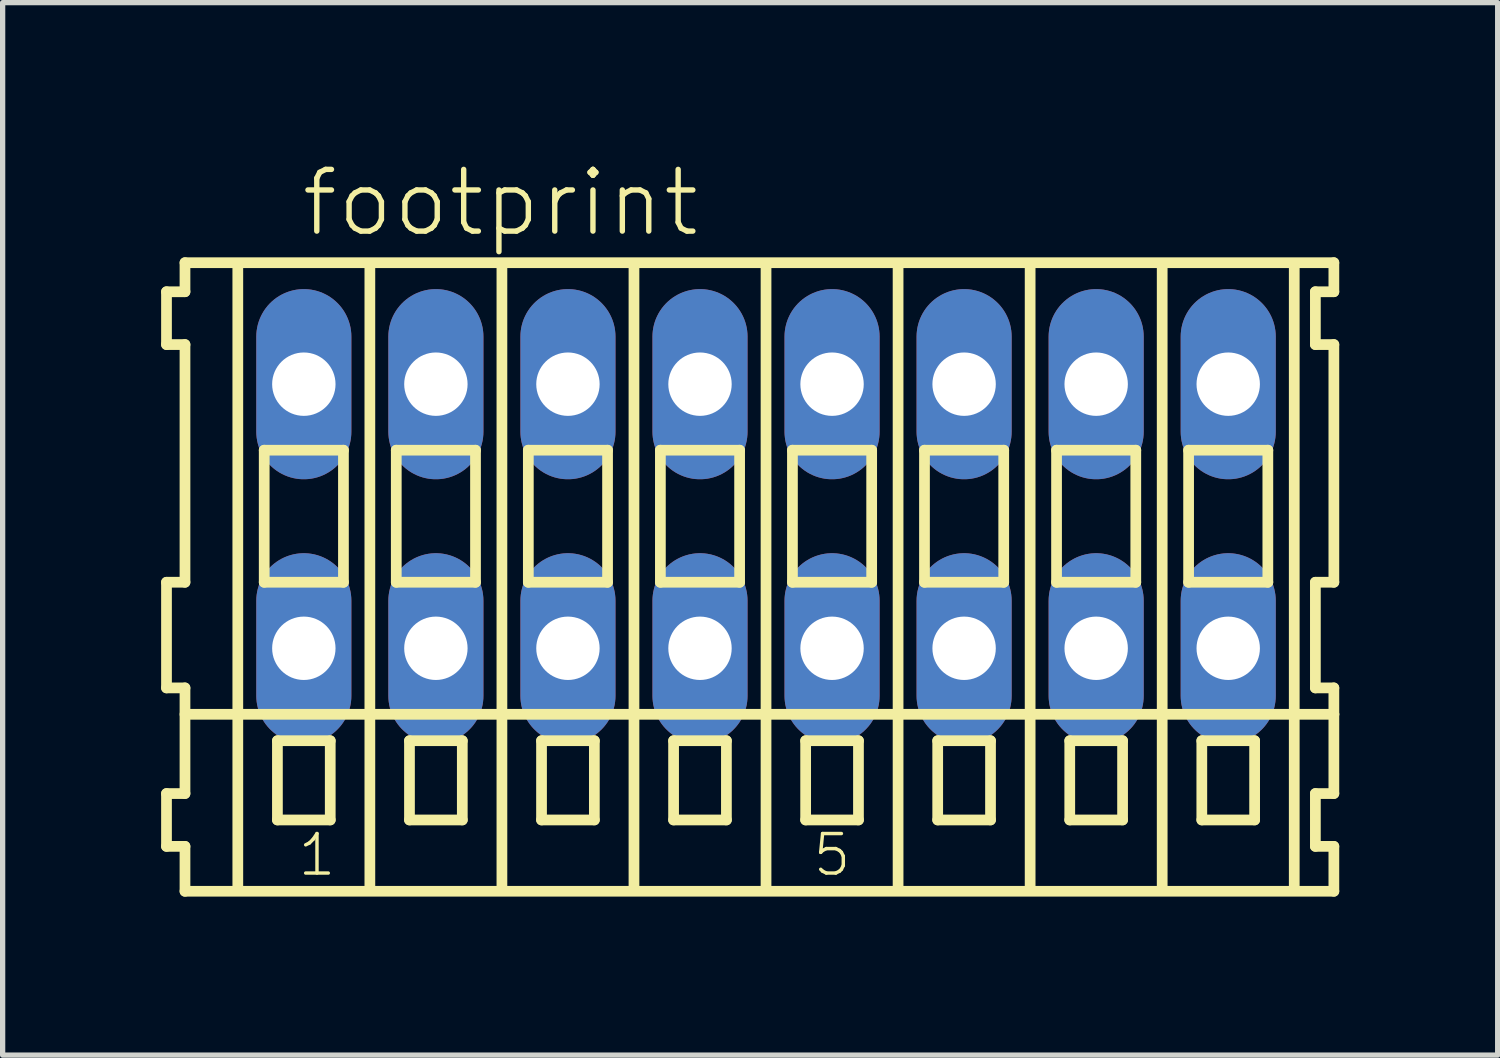
<source format=kicad_pcb>
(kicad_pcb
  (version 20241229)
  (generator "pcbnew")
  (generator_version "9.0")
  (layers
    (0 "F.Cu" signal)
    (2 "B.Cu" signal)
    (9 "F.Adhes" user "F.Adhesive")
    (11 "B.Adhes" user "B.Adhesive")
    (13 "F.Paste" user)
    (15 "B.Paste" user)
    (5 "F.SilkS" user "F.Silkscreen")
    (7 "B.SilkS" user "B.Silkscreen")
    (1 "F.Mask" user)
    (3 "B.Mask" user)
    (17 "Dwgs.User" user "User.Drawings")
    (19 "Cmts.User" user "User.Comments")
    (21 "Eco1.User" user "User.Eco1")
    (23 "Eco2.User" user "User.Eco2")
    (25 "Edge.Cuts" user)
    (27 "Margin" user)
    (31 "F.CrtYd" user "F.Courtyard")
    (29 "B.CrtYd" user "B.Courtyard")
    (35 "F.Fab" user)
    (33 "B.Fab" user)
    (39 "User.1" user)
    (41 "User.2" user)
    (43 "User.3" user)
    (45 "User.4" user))
  (footprint "footprint"
    (layer "F.Cu")
    (at 11.452 6.723)
    (property "Reference" "footprint" (at -8.85 -5.25 0) (layer "F.SilkS") (effects (font (size 1.168 1.168) (thickness 0.102)) (justify left bottom)))
    (fp_line (start -11.35 -4.25) (end -11.35 -3.25) (stroke (width 0.203) (type solid)) (layer "F.SilkS"))
    (fp_line (start -11.35 -3.25) (end -11 -3.25) (stroke (width 0.203) (type solid)) (layer "F.SilkS"))
    (fp_line (start -11.35 1.25) (end -11.35 3.25) (stroke (width 0.203) (type solid)) (layer "F.SilkS"))
    (fp_line (start -11.35 3.25) (end -11 3.25) (stroke (width 0.203) (type solid)) (layer "F.SilkS"))
    (fp_line (start -11.35 5.25) (end -11.35 6.25) (stroke (width 0.203) (type solid)) (layer "F.SilkS"))
    (fp_line (start -11.35 6.25) (end -11 6.25) (stroke (width 0.203) (type solid)) (layer "F.SilkS"))
    (fp_line (start -11 -4.8) (end -11 -4.25) (stroke (width 0.203) (type solid)) (layer "F.SilkS"))
    (fp_line (start -11 -4.25) (end -11.35 -4.25) (stroke (width 0.203) (type solid)) (layer "F.SilkS"))
    (fp_line (start -11 -3.25) (end -11 1.25) (stroke (width 0.203) (type solid)) (layer "F.SilkS"))
    (fp_line (start -11 1.25) (end -11.35 1.25) (stroke (width 0.203) (type solid)) (layer "F.SilkS"))
    (fp_line (start -11 3.25) (end -11 5.25) (stroke (width 0.203) (type solid)) (layer "F.SilkS"))
    (fp_line (start -11 3.75) (end 10.75 3.75) (stroke (width 0.203) (type solid)) (layer "F.SilkS"))
    (fp_line (start -11 5.25) (end -11.35 5.25) (stroke (width 0.203) (type solid)) (layer "F.SilkS"))
    (fp_line (start -11 6.25) (end -11 7.1) (stroke (width 0.203) (type solid)) (layer "F.SilkS"))
    (fp_line (start -11 7.1) (end 10.75 7.1) (stroke (width 0.203) (type solid)) (layer "F.SilkS"))
    (fp_line (start -10 -4.75) (end -10 7) (stroke (width 0.203) (type solid)) (layer "F.SilkS"))
    (fp_line (start -9.5 -1.25) (end -9.5 1.25) (stroke (width 0.203) (type solid)) (layer "F.SilkS"))
    (fp_line (start -9.5 1.25) (end -8 1.25) (stroke (width 0.203) (type solid)) (layer "F.SilkS"))
    (fp_line (start -9.25 4.25) (end -9.25 5.75) (stroke (width 0.203) (type solid)) (layer "F.SilkS"))
    (fp_line (start -9.25 5.75) (end -8.25 5.75) (stroke (width 0.203) (type solid)) (layer "F.SilkS"))
    (fp_line (start -8.25 4.25) (end -9.25 4.25) (stroke (width 0.203) (type solid)) (layer "F.SilkS"))
    (fp_line (start -8.25 5.75) (end -8.25 4.25) (stroke (width 0.203) (type solid)) (layer "F.SilkS"))
    (fp_line (start -8 -1.25) (end -9.5 -1.25) (stroke (width 0.203) (type solid)) (layer "F.SilkS"))
    (fp_line (start -8 1.25) (end -8 -1.25) (stroke (width 0.203) (type solid)) (layer "F.SilkS"))
    (fp_line (start -7.5 -4.75) (end -7.5 7) (stroke (width 0.203) (type solid)) (layer "F.SilkS"))
    (fp_line (start -7 -1.25) (end -7 1.25) (stroke (width 0.203) (type solid)) (layer "F.SilkS"))
    (fp_line (start -7 1.25) (end -5.5 1.25) (stroke (width 0.203) (type solid)) (layer "F.SilkS"))
    (fp_line (start -6.75 4.25) (end -6.75 5.75) (stroke (width 0.203) (type solid)) (layer "F.SilkS"))
    (fp_line (start -6.75 5.75) (end -5.75 5.75) (stroke (width 0.203) (type solid)) (layer "F.SilkS"))
    (fp_line (start -5.75 4.25) (end -6.75 4.25) (stroke (width 0.203) (type solid)) (layer "F.SilkS"))
    (fp_line (start -5.75 5.75) (end -5.75 4.25) (stroke (width 0.203) (type solid)) (layer "F.SilkS"))
    (fp_line (start -5.5 -1.25) (end -7 -1.25) (stroke (width 0.203) (type solid)) (layer "F.SilkS"))
    (fp_line (start -5.5 1.25) (end -5.5 -1.25) (stroke (width 0.203) (type solid)) (layer "F.SilkS"))
    (fp_line (start -5 -4.75) (end -5 7) (stroke (width 0.203) (type solid)) (layer "F.SilkS"))
    (fp_line (start -4.5 -1.25) (end -4.5 1.25) (stroke (width 0.203) (type solid)) (layer "F.SilkS"))
    (fp_line (start -4.5 1.25) (end -3 1.25) (stroke (width 0.203) (type solid)) (layer "F.SilkS"))
    (fp_line (start -4.25 4.25) (end -4.25 5.75) (stroke (width 0.203) (type solid)) (layer "F.SilkS"))
    (fp_line (start -4.25 5.75) (end -3.25 5.75) (stroke (width 0.203) (type solid)) (layer "F.SilkS"))
    (fp_line (start -3.25 4.25) (end -4.25 4.25) (stroke (width 0.203) (type solid)) (layer "F.SilkS"))
    (fp_line (start -3.25 5.75) (end -3.25 4.25) (stroke (width 0.203) (type solid)) (layer "F.SilkS"))
    (fp_line (start -3 -1.25) (end -4.5 -1.25) (stroke (width 0.203) (type solid)) (layer "F.SilkS"))
    (fp_line (start -3 1.25) (end -3 -1.25) (stroke (width 0.203) (type solid)) (layer "F.SilkS"))
    (fp_line (start -2.5 -4.75) (end -2.5 7) (stroke (width 0.203) (type solid)) (layer "F.SilkS"))
    (fp_line (start -2 -1.25) (end -2 1.25) (stroke (width 0.203) (type solid)) (layer "F.SilkS"))
    (fp_line (start -2 1.25) (end -0.5 1.25) (stroke (width 0.203) (type solid)) (layer "F.SilkS"))
    (fp_line (start -1.75 4.25) (end -1.75 5.75) (stroke (width 0.203) (type solid)) (layer "F.SilkS"))
    (fp_line (start -1.75 5.75) (end -0.75 5.75) (stroke (width 0.203) (type solid)) (layer "F.SilkS"))
    (fp_line (start -0.75 4.25) (end -1.75 4.25) (stroke (width 0.203) (type solid)) (layer "F.SilkS"))
    (fp_line (start -0.75 5.75) (end -0.75 4.25) (stroke (width 0.203) (type solid)) (layer "F.SilkS"))
    (fp_line (start -0.5 -1.25) (end -2 -1.25) (stroke (width 0.203) (type solid)) (layer "F.SilkS"))
    (fp_line (start -0.5 1.25) (end -0.5 -1.25) (stroke (width 0.203) (type solid)) (layer "F.SilkS"))
    (fp_line (start 0 -4.75) (end 0 7) (stroke (width 0.203) (type solid)) (layer "F.SilkS"))
    (fp_line (start 0.5 -1.25) (end 0.5 1.25) (stroke (width 0.203) (type solid)) (layer "F.SilkS"))
    (fp_line (start 0.5 1.25) (end 2 1.25) (stroke (width 0.203) (type solid)) (layer "F.SilkS"))
    (fp_line (start 0.75 4.25) (end 0.75 5.75) (stroke (width 0.203) (type solid)) (layer "F.SilkS"))
    (fp_line (start 0.75 5.75) (end 1.75 5.75) (stroke (width 0.203) (type solid)) (layer "F.SilkS"))
    (fp_line (start 1.75 4.25) (end 0.75 4.25) (stroke (width 0.203) (type solid)) (layer "F.SilkS"))
    (fp_line (start 1.75 5.75) (end 1.75 4.25) (stroke (width 0.203) (type solid)) (layer "F.SilkS"))
    (fp_line (start 2 -1.25) (end 0.5 -1.25) (stroke (width 0.203) (type solid)) (layer "F.SilkS"))
    (fp_line (start 2 1.25) (end 2 -1.25) (stroke (width 0.203) (type solid)) (layer "F.SilkS"))
    (fp_line (start 2.5 -4.75) (end 2.5 7) (stroke (width 0.203) (type solid)) (layer "F.SilkS"))
    (fp_line (start 3 -1.25) (end 3 1.25) (stroke (width 0.203) (type solid)) (layer "F.SilkS"))
    (fp_line (start 3 1.25) (end 4.5 1.25) (stroke (width 0.203) (type solid)) (layer "F.SilkS"))
    (fp_line (start 3.25 4.25) (end 3.25 5.75) (stroke (width 0.203) (type solid)) (layer "F.SilkS"))
    (fp_line (start 3.25 5.75) (end 4.25 5.75) (stroke (width 0.203) (type solid)) (layer "F.SilkS"))
    (fp_line (start 4.25 4.25) (end 3.25 4.25) (stroke (width 0.203) (type solid)) (layer "F.SilkS"))
    (fp_line (start 4.25 5.75) (end 4.25 4.25) (stroke (width 0.203) (type solid)) (layer "F.SilkS"))
    (fp_line (start 4.5 -1.25) (end 3 -1.25) (stroke (width 0.203) (type solid)) (layer "F.SilkS"))
    (fp_line (start 4.5 1.25) (end 4.5 -1.25) (stroke (width 0.203) (type solid)) (layer "F.SilkS"))
    (fp_line (start 5 -4.75) (end 5 7) (stroke (width 0.203) (type solid)) (layer "F.SilkS"))
    (fp_line (start 5.5 -1.25) (end 5.5 1.25) (stroke (width 0.203) (type solid)) (layer "F.SilkS"))
    (fp_line (start 5.5 1.25) (end 7 1.25) (stroke (width 0.203) (type solid)) (layer "F.SilkS"))
    (fp_line (start 5.75 4.25) (end 5.75 5.75) (stroke (width 0.203) (type solid)) (layer "F.SilkS"))
    (fp_line (start 5.75 5.75) (end 6.75 5.75) (stroke (width 0.203) (type solid)) (layer "F.SilkS"))
    (fp_line (start 6.75 4.25) (end 5.75 4.25) (stroke (width 0.203) (type solid)) (layer "F.SilkS"))
    (fp_line (start 6.75 5.75) (end 6.75 4.25) (stroke (width 0.203) (type solid)) (layer "F.SilkS"))
    (fp_line (start 7 -1.25) (end 5.5 -1.25) (stroke (width 0.203) (type solid)) (layer "F.SilkS"))
    (fp_line (start 7 1.25) (end 7 -1.25) (stroke (width 0.203) (type solid)) (layer "F.SilkS"))
    (fp_line (start 7.5 -4.75) (end 7.5 7) (stroke (width 0.203) (type solid)) (layer "F.SilkS"))
    (fp_line (start 8 -1.25) (end 8 1.25) (stroke (width 0.203) (type solid)) (layer "F.SilkS"))
    (fp_line (start 8 1.25) (end 9.5 1.25) (stroke (width 0.203) (type solid)) (layer "F.SilkS"))
    (fp_line (start 8.25 4.25) (end 8.25 5.75) (stroke (width 0.203) (type solid)) (layer "F.SilkS"))
    (fp_line (start 8.25 5.75) (end 9.25 5.75) (stroke (width 0.203) (type solid)) (layer "F.SilkS"))
    (fp_line (start 9.25 4.25) (end 8.25 4.25) (stroke (width 0.203) (type solid)) (layer "F.SilkS"))
    (fp_line (start 9.25 5.75) (end 9.25 4.25) (stroke (width 0.203) (type solid)) (layer "F.SilkS"))
    (fp_line (start 9.5 -1.25) (end 8 -1.25) (stroke (width 0.203) (type solid)) (layer "F.SilkS"))
    (fp_line (start 9.5 1.25) (end 9.5 -1.25) (stroke (width 0.203) (type solid)) (layer "F.SilkS"))
    (fp_line (start 10 -4.75) (end 10 7) (stroke (width 0.203) (type solid)) (layer "F.SilkS"))
    (fp_line (start 10.4 -4.25) (end 10.4 -3.25) (stroke (width 0.203) (type solid)) (layer "F.SilkS"))
    (fp_line (start 10.4 -3.25) (end 10.75 -3.25) (stroke (width 0.203) (type solid)) (layer "F.SilkS"))
    (fp_line (start 10.4 1.25) (end 10.4 3.25) (stroke (width 0.203) (type solid)) (layer "F.SilkS"))
    (fp_line (start 10.4 3.25) (end 10.75 3.25) (stroke (width 0.203) (type solid)) (layer "F.SilkS"))
    (fp_line (start 10.4 5.25) (end 10.4 6.25) (stroke (width 0.203) (type solid)) (layer "F.SilkS"))
    (fp_line (start 10.4 6.25) (end 10.75 6.25) (stroke (width 0.203) (type solid)) (layer "F.SilkS"))
    (fp_line (start 10.75 -4.8) (end -11 -4.8) (stroke (width 0.203) (type solid)) (layer "F.SilkS"))
    (fp_line (start 10.75 -4.25) (end 10.4 -4.25) (stroke (width 0.203) (type solid)) (layer "F.SilkS"))
    (fp_line (start 10.75 -4.25) (end 10.75 -4.8) (stroke (width 0.203) (type solid)) (layer "F.SilkS"))
    (fp_line (start 10.75 1.25) (end 10.4 1.25) (stroke (width 0.203) (type solid)) (layer "F.SilkS"))
    (fp_line (start 10.75 1.25) (end 10.75 -3.25) (stroke (width 0.203) (type solid)) (layer "F.SilkS"))
    (fp_line (start 10.75 3.75) (end 10.75 3.25) (stroke (width 0.203) (type solid)) (layer "F.SilkS"))
    (fp_line (start 10.75 5.25) (end 10.4 5.25) (stroke (width 0.203) (type solid)) (layer "F.SilkS"))
    (fp_line (start 10.75 5.25) (end 10.75 3.75) (stroke (width 0.203) (type solid)) (layer "F.SilkS"))
    (fp_line (start 10.75 7.1) (end 10.75 6.25) (stroke (width 0.203) (type solid)) (layer "F.SilkS"))
    (fp_text user "5" (at 0.85 6.85 0) (layer "F.SilkS") (effects (font (size 0.748 0.748) (thickness 0.065)) (justify left bottom)))
    (fp_text user "1" (at -8.9 6.85 0) (layer "F.SilkS") (effects (font (size 0.748 0.748) (thickness 0.065)) (justify left bottom)))
    (pad "A1" thru_hole oval (at -8.75 -2.5 90) (size 3.6 1.8) (drill 1.2) (layers "*.Cu" "*.Mask"))
    (pad "A2" thru_hole oval (at -6.25 -2.5 90) (size 3.6 1.8) (drill 1.2) (layers "*.Cu" "*.Mask"))
    (pad "A3" thru_hole oval (at -3.75 -2.5 90) (size 3.6 1.8) (drill 1.2) (layers "*.Cu" "*.Mask"))
    (pad "A4" thru_hole oval (at -1.25 -2.5 90) (size 3.6 1.8) (drill 1.2) (layers "*.Cu" "*.Mask"))
    (pad "A5" thru_hole oval (at 1.25 -2.5 90) (size 3.6 1.8) (drill 1.2) (layers "*.Cu" "*.Mask"))
    (pad "A6" thru_hole oval (at 3.75 -2.5 90) (size 3.6 1.8) (drill 1.2) (layers "*.Cu" "*.Mask"))
    (pad "A7" thru_hole oval (at 6.25 -2.5 90) (size 3.6 1.8) (drill 1.2) (layers "*.Cu" "*.Mask"))
    (pad "A8" thru_hole oval (at 8.75 -2.5 90) (size 3.6 1.8) (drill 1.2) (layers "*.Cu" "*.Mask"))
    (pad "B1" thru_hole oval (at -8.75 2.5 90) (size 3.6 1.8) (drill 1.2) (layers "*.Cu" "*.Mask"))
    (pad "B2" thru_hole oval (at -6.25 2.5 90) (size 3.6 1.8) (drill 1.2) (layers "*.Cu" "*.Mask"))
    (pad "B3" thru_hole oval (at -3.75 2.5 90) (size 3.6 1.8) (drill 1.2) (layers "*.Cu" "*.Mask"))
    (pad "B4" thru_hole oval (at -1.25 2.5 90) (size 3.6 1.8) (drill 1.2) (layers "*.Cu" "*.Mask"))
    (pad "B5" thru_hole oval (at 1.25 2.5 90) (size 3.6 1.8) (drill 1.2) (layers "*.Cu" "*.Mask"))
    (pad "B6" thru_hole oval (at 3.75 2.5 90) (size 3.6 1.8) (drill 1.2) (layers "*.Cu" "*.Mask"))
    (pad "B7" thru_hole oval (at 6.25 2.5 90) (size 3.6 1.8) (drill 1.2) (layers "*.Cu" "*.Mask"))
    (pad "B8" thru_hole oval (at 8.75 2.5 90) (size 3.6 1.8) (drill 1.2) (layers "*.Cu" "*.Mask")))
  (gr_rect
    (start -3 -3)
    (end 25.303 16.925)
    (stroke (width 0.1) (type default))
    (fill no)
    (layer "Edge.Cuts")))
</source>
